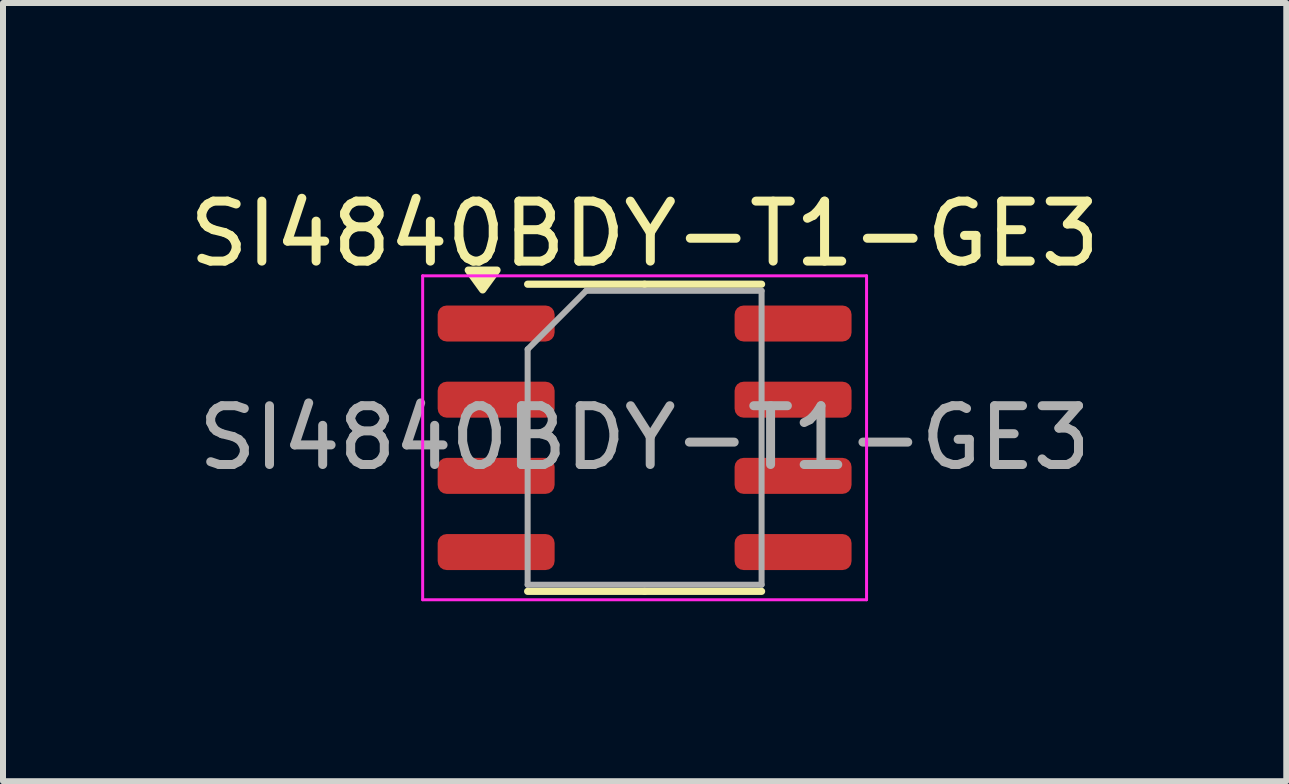
<source format=kicad_pcb>
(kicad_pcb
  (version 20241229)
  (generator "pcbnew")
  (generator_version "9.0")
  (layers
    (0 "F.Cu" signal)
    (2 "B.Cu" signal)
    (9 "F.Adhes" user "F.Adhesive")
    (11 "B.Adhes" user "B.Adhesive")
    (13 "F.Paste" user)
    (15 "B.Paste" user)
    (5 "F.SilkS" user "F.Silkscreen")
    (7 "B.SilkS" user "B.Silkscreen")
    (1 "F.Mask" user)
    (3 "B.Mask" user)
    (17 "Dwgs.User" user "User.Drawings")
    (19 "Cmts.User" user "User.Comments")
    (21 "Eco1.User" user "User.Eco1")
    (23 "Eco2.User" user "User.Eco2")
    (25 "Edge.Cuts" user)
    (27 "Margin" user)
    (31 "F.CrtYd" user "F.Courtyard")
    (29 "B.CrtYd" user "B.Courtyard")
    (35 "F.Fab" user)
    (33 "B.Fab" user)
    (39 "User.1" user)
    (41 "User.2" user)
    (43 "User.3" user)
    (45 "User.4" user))
  (footprint "SI4840BDY-T1-GE3"
    (layer "F.Cu")
    (at 7.696 4.248)
    (property "Reference" "SI4840BDY-T1-GE3" (at 0 -3.4 0) (layer "F.SilkS") (effects (font (size 1 1) (thickness 0.15))))
    (attr smd)
    (fp_line (start 0 -2.56) (end -1.95 -2.56) (stroke (width 0.12) (type solid)) (layer "F.SilkS"))
    (fp_line (start 0 -2.56) (end 1.95 -2.56) (stroke (width 0.12) (type solid)) (layer "F.SilkS"))
    (fp_line (start 0 2.56) (end -1.95 2.56) (stroke (width 0.12) (type solid)) (layer "F.SilkS"))
    (fp_line (start 0 2.56) (end 1.95 2.56) (stroke (width 0.12) (type solid)) (layer "F.SilkS"))
    (fp_poly (pts (xy -2.7 -2.465) (xy -2.94 -2.795) (xy -2.46 -2.795) (xy -2.7 -2.465)) (stroke (width 0.12) (type solid)) (fill yes) (layer "F.SilkS"))
    (fp_line (start -3.7 -2.7) (end -3.7 2.7) (stroke (width 0.05) (type solid)) (layer "F.CrtYd"))
    (fp_line (start -3.7 2.7) (end 3.7 2.7) (stroke (width 0.05) (type solid)) (layer "F.CrtYd"))
    (fp_line (start 3.7 -2.7) (end -3.7 -2.7) (stroke (width 0.05) (type solid)) (layer "F.CrtYd"))
    (fp_line (start 3.7 2.7) (end 3.7 -2.7) (stroke (width 0.05) (type solid)) (layer "F.CrtYd"))
    (fp_line (start -1.95 -1.475) (end -0.975 -2.45) (stroke (width 0.1) (type solid)) (layer "F.Fab"))
    (fp_line (start -1.95 2.45) (end -1.95 -1.475) (stroke (width 0.1) (type solid)) (layer "F.Fab"))
    (fp_line (start -0.975 -2.45) (end 1.95 -2.45) (stroke (width 0.1) (type solid)) (layer "F.Fab"))
    (fp_line (start 1.95 -2.45) (end 1.95 2.45) (stroke (width 0.1) (type solid)) (layer "F.Fab"))
    (fp_line (start 1.95 2.45) (end -1.95 2.45) (stroke (width 0.1) (type solid)) (layer "F.Fab"))
    (fp_text user "${REFERENCE}" (at 0 0 0) (layer "F.Fab") (effects (font (size 0.98 0.98) (thickness 0.15))))
    (pad "1" smd roundrect (at 2.475 -1.905) (size 1.95 0.6) (layers "F.Cu" "F.Mask" "F.Paste") (roundrect_rratio 0.25))
    (pad "1" smd roundrect (at 2.475 -0.635) (size 1.95 0.6) (layers "F.Cu" "F.Mask" "F.Paste") (roundrect_rratio 0.25))
    (pad "1" smd roundrect (at 2.475 0.635) (size 1.95 0.6) (layers "F.Cu" "F.Mask" "F.Paste") (roundrect_rratio 0.25))
    (pad "1" smd roundrect (at 2.475 1.905) (size 1.95 0.6) (layers "F.Cu" "F.Mask" "F.Paste") (roundrect_rratio 0.25))
    (pad "2" smd roundrect (at -2.475 1.905) (size 1.95 0.6) (layers "F.Cu" "F.Mask" "F.Paste") (roundrect_rratio 0.25))
    (pad "3" smd roundrect (at -2.475 -1.905) (size 1.95 0.6) (layers "F.Cu" "F.Mask" "F.Paste") (roundrect_rratio 0.25))
    (pad "3" smd roundrect (at -2.475 -0.635) (size 1.95 0.6) (layers "F.Cu" "F.Mask" "F.Paste") (roundrect_rratio 0.25))
    (pad "3" smd roundrect (at -2.475 0.635) (size 1.95 0.6) (layers "F.Cu" "F.Mask" "F.Paste") (roundrect_rratio 0.25)))
  (gr_rect
    (start -3 -3)
    (end 18.393 9.973)
    (stroke (width 0.1) (type default))
    (fill no)
    (layer "Edge.Cuts")))
</source>
